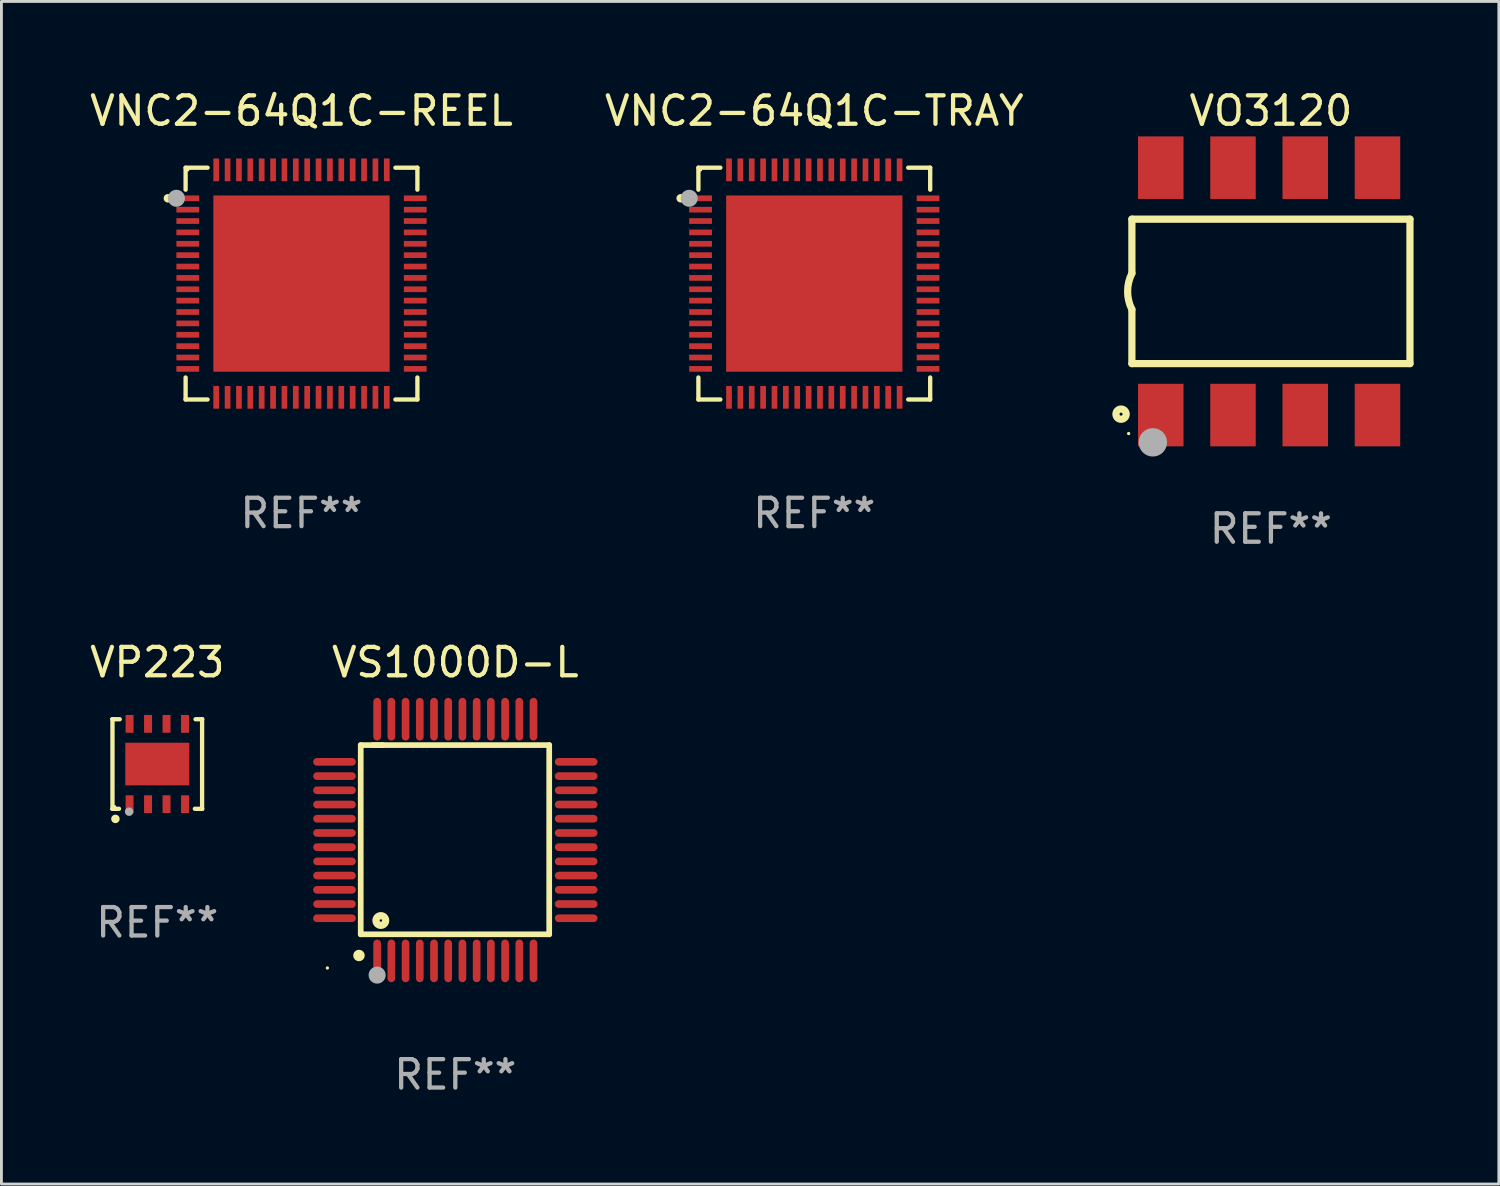
<source format=kicad_pcb>
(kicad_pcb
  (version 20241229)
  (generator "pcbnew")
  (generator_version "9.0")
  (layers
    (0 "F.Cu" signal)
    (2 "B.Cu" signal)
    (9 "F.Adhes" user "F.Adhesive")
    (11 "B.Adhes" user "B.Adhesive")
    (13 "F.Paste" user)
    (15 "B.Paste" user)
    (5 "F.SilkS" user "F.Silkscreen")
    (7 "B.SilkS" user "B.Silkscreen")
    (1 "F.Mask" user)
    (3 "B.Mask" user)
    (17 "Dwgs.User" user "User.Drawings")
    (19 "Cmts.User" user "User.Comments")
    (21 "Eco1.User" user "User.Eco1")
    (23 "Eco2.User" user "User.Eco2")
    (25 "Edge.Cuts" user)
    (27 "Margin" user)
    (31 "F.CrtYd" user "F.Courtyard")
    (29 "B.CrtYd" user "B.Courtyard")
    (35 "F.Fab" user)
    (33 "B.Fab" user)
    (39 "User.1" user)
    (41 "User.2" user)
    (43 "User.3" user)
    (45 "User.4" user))
  (footprint "VO3120"
    (layer "F.Cu")
    (at 41.649 7.198)
    (property "Reference" "VO3120" (at 0 -6.35 0) (layer "F.SilkS") (effects (font (size 1 1) (thickness 0.15))))
    (attr through_hole)
    (fp_line (start -4.89 -2.54) (end 4.89 -2.54) (stroke (width 0.254) (type solid)) (layer "F.SilkS"))
    (fp_line (start -4.89 -0.635) (end -4.89 -2.54) (stroke (width 0.254) (type solid)) (layer "F.SilkS"))
    (fp_line (start -4.89 2.54) (end -4.89 0.635) (stroke (width 0.254) (type solid)) (layer "F.SilkS"))
    (fp_line (start 4.89 -2.54) (end 4.89 2.54) (stroke (width 0.254) (type solid)) (layer "F.SilkS"))
    (fp_line (start 4.89 2.54) (end -4.89 2.54) (stroke (width 0.254) (type solid)) (layer "F.SilkS"))
    (fp_arc (start -4.890119 0.635129) (mid -5.039815 0.000056) (end -4.88951 -0.634874) (stroke (width 0.254001) (type solid)) (layer "F.SilkS"))
    (fp_circle (center -5.271 4.318) (end -5.091 4.318) (stroke (width 0.254) (type solid)) (fill no) (layer "F.SilkS"))
    (fp_circle (center -5.004 5) (end -4.974 5) (stroke (width 0.06) (type solid)) (fill no) (layer "F.SilkS"))
    (fp_circle (center -4.153 5.309) (end -3.903 5.309) (stroke (width 0.5) (type solid)) (fill no) (layer "F.Fab"))
    (fp_text user "REF**" (at 0 8.35 0) (layer "F.Fab") (effects (font (size 1 1) (thickness 0.15))))
    (pad "1" smd rect (at -3.874 4.35) (size 1.6 2.2) (layers "F.Cu" "F.Mask" "F.Paste"))
    (pad "2" smd rect (at -1.334 4.35) (size 1.6 2.2) (layers "F.Cu" "F.Mask" "F.Paste"))
    (pad "3" smd rect (at 1.207 4.35) (size 1.6 2.2) (layers "F.Cu" "F.Mask" "F.Paste"))
    (pad "4" smd rect (at 3.747 4.35) (size 1.6 2.2) (layers "F.Cu" "F.Mask" "F.Paste"))
    (pad "5" smd rect (at 3.747 -4.35) (size 1.6 2.2) (layers "F.Cu" "F.Mask" "F.Paste"))
    (pad "6" smd rect (at 1.207 -4.35) (size 1.6 2.2) (layers "F.Cu" "F.Mask" "F.Paste"))
    (pad "7" smd rect (at -1.334 -4.35) (size 1.6 2.2) (layers "F.Cu" "F.Mask" "F.Paste"))
    (pad "8" smd rect (at -3.874 -4.35) (size 1.6 2.2) (layers "F.Cu" "F.Mask" "F.Paste")))
  (footprint "VP223"
    (layer "F.Cu")
    (at 2.482 23.821)
    (property "Reference" "VP223" (at 0 -3.576 0) (layer "F.SilkS") (effects (font (size 1 1) (thickness 0.15))))
    (attr through_hole)
    (fp_line (start -1.576 -1.576) (end -1.576 -1.576) (stroke (width 0.152) (type solid)) (layer "F.SilkS"))
    (fp_line (start -1.576 -1.576) (end -1.576 1.576) (stroke (width 0.152) (type solid)) (layer "F.SilkS"))
    (fp_line (start -1.576 1.576) (end -1.576 1.576) (stroke (width 0.152) (type solid)) (layer "F.SilkS"))
    (fp_line (start -1.576 1.576) (end -1.346 1.575) (stroke (width 0.152) (type solid)) (layer "F.SilkS"))
    (fp_line (start -1.321 -1.575) (end -1.576 -1.576) (stroke (width 0.152) (type solid)) (layer "F.SilkS"))
    (fp_line (start 1.321 1.575) (end 1.576 1.576) (stroke (width 0.152) (type solid)) (layer "F.SilkS"))
    (fp_line (start 1.576 -1.576) (end 1.346 -1.575) (stroke (width 0.152) (type solid)) (layer "F.SilkS"))
    (fp_line (start 1.576 -1.576) (end 1.576 -1.576) (stroke (width 0.152) (type solid)) (layer "F.SilkS"))
    (fp_line (start 1.576 1.576) (end 1.576 -1.576) (stroke (width 0.152) (type solid)) (layer "F.SilkS"))
    (fp_line (start 1.576 1.576) (end 1.576 1.576) (stroke (width 0.152) (type solid)) (layer "F.SilkS"))
    (fp_circle (center -1.5 1.5) (end -1.47 1.5) (stroke (width 0.06) (type solid)) (fill no) (layer "F.SilkS"))
    (fp_circle (center -1.473 1.93) (end -1.398 1.93) (stroke (width 0.15) (type solid)) (fill no) (layer "F.SilkS"))
    (fp_circle (center -0.991 1.676) (end -0.916 1.676) (stroke (width 0.15) (type solid)) (fill no) (layer "F.Fab"))
    (fp_text user "REF**" (at 0 5.576 0) (layer "F.Fab") (effects (font (size 1 1) (thickness 0.15))))
    (pad "1" smd rect (at -0.975 1.412) (size 0.28 0.625) (layers "F.Cu" "F.Mask" "F.Paste"))
    (pad "2" smd rect (at -0.325 1.412) (size 0.28 0.625) (layers "F.Cu" "F.Mask" "F.Paste"))
    (pad "3" smd rect (at 0.325 1.412) (size 0.28 0.625) (layers "F.Cu" "F.Mask" "F.Paste"))
    (pad "4" smd rect (at 0.975 1.412) (size 0.28 0.625) (layers "F.Cu" "F.Mask" "F.Paste"))
    (pad "5" smd rect (at 0.975 -1.412) (size 0.28 0.625) (layers "F.Cu" "F.Mask" "F.Paste"))
    (pad "6" smd rect (at 0.325 -1.412) (size 0.28 0.625) (layers "F.Cu" "F.Mask" "F.Paste"))
    (pad "7" smd rect (at -0.325 -1.412) (size 0.28 0.625) (layers "F.Cu" "F.Mask" "F.Paste"))
    (pad "8" smd rect (at -0.975 -1.412) (size 0.28 0.625) (layers "F.Cu" "F.Mask" "F.Paste"))
    (pad "9" smd rect (at 0 0) (size 2.25 1.5) (layers "F.Cu" "F.Mask" "F.Paste")))
  (footprint "VS1000D-L"
    (layer "F.Cu")
    (at 12.964 26.495)
    (property "Reference" "VS1000D-L" (at 0 -6.25 0) (layer "F.SilkS") (effects (font (size 1 1) (thickness 0.15))))
    (attr through_hole)
    (fp_line (start -3.327 -3.34) (end -2.565 -3.34) (stroke (width 0.2) (type solid)) (layer "F.SilkS"))
    (fp_line (start -3.327 3.315) (end -3.327 -3.34) (stroke (width 0.2) (type solid)) (layer "F.SilkS"))
    (fp_line (start -2.896 -3.34) (end 3.302 -3.34) (stroke (width 0.2) (type solid)) (layer "F.SilkS"))
    (fp_line (start 3.302 -3.34) (end 3.302 3.315) (stroke (width 0.2) (type solid)) (layer "F.SilkS"))
    (fp_line (start 3.302 3.315) (end -3.327 3.315) (stroke (width 0.2) (type solid)) (layer "F.SilkS"))
    (fp_arc (start -3.389992 4.059995) (mid -3.388722 4.059991) (end -3.387452 4.059995) (stroke (width 0.4) (type solid)) (layer "F.SilkS"))
    (fp_circle (center -4.5 4.5) (end -4.47 4.5) (stroke (width 0.06) (type solid)) (fill no) (layer "F.SilkS"))
    (fp_circle (center -2.62 2.83) (end -2.45 2.83) (stroke (width 0.254) (type solid)) (fill no) (layer "F.SilkS"))
    (fp_circle (center -2.75 4.75) (end -2.6 4.75) (stroke (width 0.3) (type solid)) (fill no) (layer "F.Fab"))
    (fp_text user "REF**" (at 0 8.25 0) (layer "F.Fab") (effects (font (size 1 1) (thickness 0.15))))
    (pad "1" smd oval (at -2.75 4.25) (size 0.27 1.5) (layers "F.Cu" "F.Mask" "F.Paste"))
    (pad "2" smd oval (at -2.25 4.25) (size 0.27 1.5) (layers "F.Cu" "F.Mask" "F.Paste"))
    (pad "3" smd oval (at -1.75 4.25) (size 0.27 1.5) (layers "F.Cu" "F.Mask" "F.Paste"))
    (pad "4" smd oval (at -1.25 4.25) (size 0.27 1.5) (layers "F.Cu" "F.Mask" "F.Paste"))
    (pad "5" smd oval (at -0.75 4.25) (size 0.27 1.5) (layers "F.Cu" "F.Mask" "F.Paste"))
    (pad "6" smd oval (at -0.25 4.25) (size 0.27 1.5) (layers "F.Cu" "F.Mask" "F.Paste"))
    (pad "7" smd oval (at 0.25 4.25) (size 0.27 1.5) (layers "F.Cu" "F.Mask" "F.Paste"))
    (pad "8" smd oval (at 0.75 4.25) (size 0.27 1.5) (layers "F.Cu" "F.Mask" "F.Paste"))
    (pad "9" smd oval (at 1.25 4.25) (size 0.27 1.5) (layers "F.Cu" "F.Mask" "F.Paste"))
    (pad "10" smd oval (at 1.75 4.25) (size 0.27 1.5) (layers "F.Cu" "F.Mask" "F.Paste"))
    (pad "11" smd oval (at 2.25 4.25) (size 0.27 1.5) (layers "F.Cu" "F.Mask" "F.Paste"))
    (pad "12" smd oval (at 2.75 4.25) (size 0.27 1.5) (layers "F.Cu" "F.Mask" "F.Paste"))
    (pad "13" smd oval (at 4.25 2.75) (size 1.5 0.27) (layers "F.Cu" "F.Mask" "F.Paste"))
    (pad "14" smd oval (at 4.25 2.25) (size 1.5 0.27) (layers "F.Cu" "F.Mask" "F.Paste"))
    (pad "15" smd oval (at 4.25 1.75) (size 1.5 0.27) (layers "F.Cu" "F.Mask" "F.Paste"))
    (pad "16" smd oval (at 4.25 1.25) (size 1.5 0.27) (layers "F.Cu" "F.Mask" "F.Paste"))
    (pad "17" smd oval (at 4.25 0.75) (size 1.5 0.27) (layers "F.Cu" "F.Mask" "F.Paste"))
    (pad "18" smd oval (at 4.25 0.25) (size 1.5 0.27) (layers "F.Cu" "F.Mask" "F.Paste"))
    (pad "19" smd oval (at 4.25 -0.25) (size 1.5 0.27) (layers "F.Cu" "F.Mask" "F.Paste"))
    (pad "20" smd oval (at 4.25 -0.75) (size 1.5 0.27) (layers "F.Cu" "F.Mask" "F.Paste"))
    (pad "21" smd oval (at 4.25 -1.25) (size 1.5 0.27) (layers "F.Cu" "F.Mask" "F.Paste"))
    (pad "22" smd oval (at 4.25 -1.75) (size 1.5 0.27) (layers "F.Cu" "F.Mask" "F.Paste"))
    (pad "23" smd oval (at 4.25 -2.25) (size 1.5 0.27) (layers "F.Cu" "F.Mask" "F.Paste"))
    (pad "24" smd oval (at 4.25 -2.75) (size 1.5 0.27) (layers "F.Cu" "F.Mask" "F.Paste"))
    (pad "25" smd oval (at 2.75 -4.25) (size 0.27 1.5) (layers "F.Cu" "F.Mask" "F.Paste"))
    (pad "26" smd oval (at 2.25 -4.25) (size 0.27 1.5) (layers "F.Cu" "F.Mask" "F.Paste"))
    (pad "27" smd oval (at 1.75 -4.25) (size 0.27 1.5) (layers "F.Cu" "F.Mask" "F.Paste"))
    (pad "28" smd oval (at 1.25 -4.25) (size 0.27 1.5) (layers "F.Cu" "F.Mask" "F.Paste"))
    (pad "29" smd oval (at 0.75 -4.25) (size 0.27 1.5) (layers "F.Cu" "F.Mask" "F.Paste"))
    (pad "30" smd oval (at 0.25 -4.25) (size 0.27 1.5) (layers "F.Cu" "F.Mask" "F.Paste"))
    (pad "31" smd oval (at -0.25 -4.25) (size 0.27 1.5) (layers "F.Cu" "F.Mask" "F.Paste"))
    (pad "32" smd oval (at -0.75 -4.25) (size 0.27 1.5) (layers "F.Cu" "F.Mask" "F.Paste"))
    (pad "33" smd oval (at -1.25 -4.25) (size 0.27 1.5) (layers "F.Cu" "F.Mask" "F.Paste"))
    (pad "34" smd oval (at -1.75 -4.25) (size 0.27 1.5) (layers "F.Cu" "F.Mask" "F.Paste"))
    (pad "35" smd oval (at -2.25 -4.25) (size 0.27 1.5) (layers "F.Cu" "F.Mask" "F.Paste"))
    (pad "36" smd oval (at -2.75 -4.25) (size 0.27 1.5) (layers "F.Cu" "F.Mask" "F.Paste"))
    (pad "37" smd oval (at -4.25 -2.75) (size 1.5 0.27) (layers "F.Cu" "F.Mask" "F.Paste"))
    (pad "38" smd oval (at -4.25 -2.25) (size 1.5 0.27) (layers "F.Cu" "F.Mask" "F.Paste"))
    (pad "39" smd oval (at -4.25 -1.75) (size 1.5 0.27) (layers "F.Cu" "F.Mask" "F.Paste"))
    (pad "40" smd oval (at -4.25 -1.25) (size 1.5 0.27) (layers "F.Cu" "F.Mask" "F.Paste"))
    (pad "41" smd oval (at -4.25 -0.75) (size 1.5 0.27) (layers "F.Cu" "F.Mask" "F.Paste"))
    (pad "42" smd oval (at -4.25 -0.25) (size 1.5 0.27) (layers "F.Cu" "F.Mask" "F.Paste"))
    (pad "43" smd oval (at -4.25 0.25) (size 1.5 0.27) (layers "F.Cu" "F.Mask" "F.Paste"))
    (pad "44" smd oval (at -4.25 0.75) (size 1.5 0.27) (layers "F.Cu" "F.Mask" "F.Paste"))
    (pad "45" smd oval (at -4.25 1.25) (size 1.5 0.27) (layers "F.Cu" "F.Mask" "F.Paste"))
    (pad "46" smd oval (at -4.25 1.75) (size 1.5 0.27) (layers "F.Cu" "F.Mask" "F.Paste"))
    (pad "47" smd oval (at -4.25 2.25) (size 1.5 0.27) (layers "F.Cu" "F.Mask" "F.Paste"))
    (pad "48" smd oval (at -4.25 2.75) (size 1.5 0.27) (layers "F.Cu" "F.Mask" "F.Paste")))
  (footprint "VNC2-64Q1C-REEL"
    (layer "F.Cu")
    (at 7.554 6.924)
    (property "Reference" "VNC2-64Q1C-REEL" (at 0 -6.076 0) (layer "F.SilkS") (effects (font (size 1 1) (thickness 0.15))))
    (attr through_hole)
    (fp_line (start -4.076 -4.076) (end -3.303 -4.076) (stroke (width 0.152) (type solid)) (layer "F.SilkS"))
    (fp_line (start -4.076 -3.303) (end -4.076 -4.076) (stroke (width 0.152) (type solid)) (layer "F.SilkS"))
    (fp_line (start -4.076 3.303) (end -4.076 4.076) (stroke (width 0.152) (type solid)) (layer "F.SilkS"))
    (fp_line (start -4.076 4.076) (end -3.303 4.076) (stroke (width 0.152) (type solid)) (layer "F.SilkS"))
    (fp_line (start 4.076 -4.076) (end 3.303 -4.076) (stroke (width 0.152) (type solid)) (layer "F.SilkS"))
    (fp_line (start 4.076 -3.303) (end 4.076 -4.076) (stroke (width 0.152) (type solid)) (layer "F.SilkS"))
    (fp_line (start 4.076 3.303) (end 4.076 4.076) (stroke (width 0.152) (type solid)) (layer "F.SilkS"))
    (fp_line (start 4.076 4.076) (end 3.303 4.076) (stroke (width 0.152) (type solid)) (layer "F.SilkS"))
    (fp_circle (center -4.7 -3) (end -4.625 -3) (stroke (width 0.15) (type solid)) (fill no) (layer "F.SilkS"))
    (fp_circle (center -4 -4) (end -3.97 -4) (stroke (width 0.06) (type solid)) (fill no) (layer "F.SilkS"))
    (fp_circle (center -4.4 -3) (end -4.25 -3) (stroke (width 0.3) (type solid)) (fill no) (layer "F.Fab"))
    (fp_text user "REF**" (at 0 8.076 0) (layer "F.Fab") (effects (font (size 1 1) (thickness 0.15))))
    (pad "1" smd rect (at -4 -3) (size 0.8 0.2) (layers "F.Cu" "F.Mask" "F.Paste"))
    (pad "2" smd rect (at -4 -2.6) (size 0.8 0.2) (layers "F.Cu" "F.Mask" "F.Paste"))
    (pad "3" smd rect (at -4 -2.2) (size 0.8 0.2) (layers "F.Cu" "F.Mask" "F.Paste"))
    (pad "4" smd rect (at -4 -1.8) (size 0.8 0.2) (layers "F.Cu" "F.Mask" "F.Paste"))
    (pad "5" smd rect (at -4 -1.4) (size 0.8 0.2) (layers "F.Cu" "F.Mask" "F.Paste"))
    (pad "6" smd rect (at -4 -1) (size 0.8 0.2) (layers "F.Cu" "F.Mask" "F.Paste"))
    (pad "7" smd rect (at -4 -0.6) (size 0.8 0.2) (layers "F.Cu" "F.Mask" "F.Paste"))
    (pad "8" smd rect (at -4 -0.2) (size 0.8 0.2) (layers "F.Cu" "F.Mask" "F.Paste"))
    (pad "9" smd rect (at -4 0.2) (size 0.8 0.2) (layers "F.Cu" "F.Mask" "F.Paste"))
    (pad "10" smd rect (at -4 0.6) (size 0.8 0.2) (layers "F.Cu" "F.Mask" "F.Paste"))
    (pad "11" smd rect (at -4 1) (size 0.8 0.2) (layers "F.Cu" "F.Mask" "F.Paste"))
    (pad "12" smd rect (at -4 1.4) (size 0.8 0.2) (layers "F.Cu" "F.Mask" "F.Paste"))
    (pad "13" smd rect (at -4 1.8) (size 0.8 0.2) (layers "F.Cu" "F.Mask" "F.Paste"))
    (pad "14" smd rect (at -4 2.2) (size 0.8 0.2) (layers "F.Cu" "F.Mask" "F.Paste"))
    (pad "15" smd rect (at -4 2.6) (size 0.8 0.2) (layers "F.Cu" "F.Mask" "F.Paste"))
    (pad "16" smd rect (at -4 3) (size 0.8 0.2) (layers "F.Cu" "F.Mask" "F.Paste"))
    (pad "17" smd rect (at -3 4) (size 0.2 0.8) (layers "F.Cu" "F.Mask" "F.Paste"))
    (pad "18" smd rect (at -2.6 4) (size 0.2 0.8) (layers "F.Cu" "F.Mask" "F.Paste"))
    (pad "19" smd rect (at -2.2 4) (size 0.2 0.8) (layers "F.Cu" "F.Mask" "F.Paste"))
    (pad "20" smd rect (at -1.8 4) (size 0.2 0.8) (layers "F.Cu" "F.Mask" "F.Paste"))
    (pad "21" smd rect (at -1.4 4) (size 0.2 0.8) (layers "F.Cu" "F.Mask" "F.Paste"))
    (pad "22" smd rect (at -1 4) (size 0.2 0.8) (layers "F.Cu" "F.Mask" "F.Paste"))
    (pad "23" smd rect (at -0.6 4) (size 0.2 0.8) (layers "F.Cu" "F.Mask" "F.Paste"))
    (pad "24" smd rect (at -0.2 4) (size 0.2 0.8) (layers "F.Cu" "F.Mask" "F.Paste"))
    (pad "25" smd rect (at 0.2 4) (size 0.2 0.8) (layers "F.Cu" "F.Mask" "F.Paste"))
    (pad "26" smd rect (at 0.6 4) (size 0.2 0.8) (layers "F.Cu" "F.Mask" "F.Paste"))
    (pad "27" smd rect (at 1 4) (size 0.2 0.8) (layers "F.Cu" "F.Mask" "F.Paste"))
    (pad "28" smd rect (at 1.4 4) (size 0.2 0.8) (layers "F.Cu" "F.Mask" "F.Paste"))
    (pad "29" smd rect (at 1.8 4) (size 0.2 0.8) (layers "F.Cu" "F.Mask" "F.Paste"))
    (pad "30" smd rect (at 2.2 4) (size 0.2 0.8) (layers "F.Cu" "F.Mask" "F.Paste"))
    (pad "31" smd rect (at 2.6 4) (size 0.2 0.8) (layers "F.Cu" "F.Mask" "F.Paste"))
    (pad "32" smd rect (at 3 4) (size 0.2 0.8) (layers "F.Cu" "F.Mask" "F.Paste"))
    (pad "33" smd rect (at 4 3) (size 0.8 0.2) (layers "F.Cu" "F.Mask" "F.Paste"))
    (pad "34" smd rect (at 4 2.6) (size 0.8 0.2) (layers "F.Cu" "F.Mask" "F.Paste"))
    (pad "35" smd rect (at 4 2.2) (size 0.8 0.2) (layers "F.Cu" "F.Mask" "F.Paste"))
    (pad "36" smd rect (at 4 1.8) (size 0.8 0.2) (layers "F.Cu" "F.Mask" "F.Paste"))
    (pad "37" smd rect (at 4 1.4) (size 0.8 0.2) (layers "F.Cu" "F.Mask" "F.Paste"))
    (pad "38" smd rect (at 4 1) (size 0.8 0.2) (layers "F.Cu" "F.Mask" "F.Paste"))
    (pad "39" smd rect (at 4 0.6) (size 0.8 0.2) (layers "F.Cu" "F.Mask" "F.Paste"))
    (pad "40" smd rect (at 4 0.2) (size 0.8 0.2) (layers "F.Cu" "F.Mask" "F.Paste"))
    (pad "41" smd rect (at 4 -0.2) (size 0.8 0.2) (layers "F.Cu" "F.Mask" "F.Paste"))
    (pad "42" smd rect (at 4 -0.6) (size 0.8 0.2) (layers "F.Cu" "F.Mask" "F.Paste"))
    (pad "43" smd rect (at 4 -1) (size 0.8 0.2) (layers "F.Cu" "F.Mask" "F.Paste"))
    (pad "44" smd rect (at 4 -1.4) (size 0.8 0.2) (layers "F.Cu" "F.Mask" "F.Paste"))
    (pad "45" smd rect (at 4 -1.8) (size 0.8 0.2) (layers "F.Cu" "F.Mask" "F.Paste"))
    (pad "46" smd rect (at 4 -2.2) (size 0.8 0.2) (layers "F.Cu" "F.Mask" "F.Paste"))
    (pad "47" smd rect (at 4 -2.6) (size 0.8 0.2) (layers "F.Cu" "F.Mask" "F.Paste"))
    (pad "48" smd rect (at 4 -3) (size 0.8 0.2) (layers "F.Cu" "F.Mask" "F.Paste"))
    (pad "49" smd rect (at 3 -4) (size 0.2 0.8) (layers "F.Cu" "F.Mask" "F.Paste"))
    (pad "50" smd rect (at 2.6 -4) (size 0.2 0.8) (layers "F.Cu" "F.Mask" "F.Paste"))
    (pad "51" smd rect (at 2.2 -4) (size 0.2 0.8) (layers "F.Cu" "F.Mask" "F.Paste"))
    (pad "52" smd rect (at 1.8 -4) (size 0.2 0.8) (layers "F.Cu" "F.Mask" "F.Paste"))
    (pad "53" smd rect (at 1.4 -4) (size 0.2 0.8) (layers "F.Cu" "F.Mask" "F.Paste"))
    (pad "54" smd rect (at 1 -4) (size 0.2 0.8) (layers "F.Cu" "F.Mask" "F.Paste"))
    (pad "55" smd rect (at 0.6 -4) (size 0.2 0.8) (layers "F.Cu" "F.Mask" "F.Paste"))
    (pad "56" smd rect (at 0.2 -4) (size 0.2 0.8) (layers "F.Cu" "F.Mask" "F.Paste"))
    (pad "57" smd rect (at -0.2 -4) (size 0.2 0.8) (layers "F.Cu" "F.Mask" "F.Paste"))
    (pad "58" smd rect (at -0.6 -4) (size 0.2 0.8) (layers "F.Cu" "F.Mask" "F.Paste"))
    (pad "59" smd rect (at -1 -4) (size 0.2 0.8) (layers "F.Cu" "F.Mask" "F.Paste"))
    (pad "60" smd rect (at -1.4 -4) (size 0.2 0.8) (layers "F.Cu" "F.Mask" "F.Paste"))
    (pad "61" smd rect (at -1.8 -4) (size 0.2 0.8) (layers "F.Cu" "F.Mask" "F.Paste"))
    (pad "62" smd rect (at -2.2 -4) (size 0.2 0.8) (layers "F.Cu" "F.Mask" "F.Paste"))
    (pad "63" smd rect (at -2.6 -4) (size 0.2 0.8) (layers "F.Cu" "F.Mask" "F.Paste"))
    (pad "64" smd rect (at -3 -4) (size 0.2 0.8) (layers "F.Cu" "F.Mask" "F.Paste"))
    (pad "65" smd rect (at 0 0) (size 6.2 6.2) (layers "F.Cu" "F.Mask" "F.Paste")))
  (footprint "VNC2-64Q1C-TRAY"
    (layer "F.Cu")
    (at 25.589 6.924)
    (property "Reference" "VNC2-64Q1C-TRAY" (at 0 -6.076 0) (layer "F.SilkS") (effects (font (size 1 1) (thickness 0.15))))
    (attr through_hole)
    (fp_line (start -4.076 -4.076) (end -3.303 -4.076) (stroke (width 0.152) (type solid)) (layer "F.SilkS"))
    (fp_line (start -4.076 -3.303) (end -4.076 -4.076) (stroke (width 0.152) (type solid)) (layer "F.SilkS"))
    (fp_line (start -4.076 3.303) (end -4.076 4.076) (stroke (width 0.152) (type solid)) (layer "F.SilkS"))
    (fp_line (start -4.076 4.076) (end -3.303 4.076) (stroke (width 0.152) (type solid)) (layer "F.SilkS"))
    (fp_line (start 4.076 -4.076) (end 3.303 -4.076) (stroke (width 0.152) (type solid)) (layer "F.SilkS"))
    (fp_line (start 4.076 -3.303) (end 4.076 -4.076) (stroke (width 0.152) (type solid)) (layer "F.SilkS"))
    (fp_line (start 4.076 3.303) (end 4.076 4.076) (stroke (width 0.152) (type solid)) (layer "F.SilkS"))
    (fp_line (start 4.076 4.076) (end 3.303 4.076) (stroke (width 0.152) (type solid)) (layer "F.SilkS"))
    (fp_circle (center -4.7 -3) (end -4.625 -3) (stroke (width 0.15) (type solid)) (fill no) (layer "F.SilkS"))
    (fp_circle (center -4 -4) (end -3.97 -4) (stroke (width 0.06) (type solid)) (fill no) (layer "F.SilkS"))
    (fp_circle (center -4.4 -3) (end -4.25 -3) (stroke (width 0.3) (type solid)) (fill no) (layer "F.Fab"))
    (fp_text user "REF**" (at 0 8.076 0) (layer "F.Fab") (effects (font (size 1 1) (thickness 0.15))))
    (pad "1" smd rect (at -4 -3) (size 0.8 0.2) (layers "F.Cu" "F.Mask" "F.Paste"))
    (pad "2" smd rect (at -4 -2.6) (size 0.8 0.2) (layers "F.Cu" "F.Mask" "F.Paste"))
    (pad "3" smd rect (at -4 -2.2) (size 0.8 0.2) (layers "F.Cu" "F.Mask" "F.Paste"))
    (pad "4" smd rect (at -4 -1.8) (size 0.8 0.2) (layers "F.Cu" "F.Mask" "F.Paste"))
    (pad "5" smd rect (at -4 -1.4) (size 0.8 0.2) (layers "F.Cu" "F.Mask" "F.Paste"))
    (pad "6" smd rect (at -4 -1) (size 0.8 0.2) (layers "F.Cu" "F.Mask" "F.Paste"))
    (pad "7" smd rect (at -4 -0.6) (size 0.8 0.2) (layers "F.Cu" "F.Mask" "F.Paste"))
    (pad "8" smd rect (at -4 -0.2) (size 0.8 0.2) (layers "F.Cu" "F.Mask" "F.Paste"))
    (pad "9" smd rect (at -4 0.2) (size 0.8 0.2) (layers "F.Cu" "F.Mask" "F.Paste"))
    (pad "10" smd rect (at -4 0.6) (size 0.8 0.2) (layers "F.Cu" "F.Mask" "F.Paste"))
    (pad "11" smd rect (at -4 1) (size 0.8 0.2) (layers "F.Cu" "F.Mask" "F.Paste"))
    (pad "12" smd rect (at -4 1.4) (size 0.8 0.2) (layers "F.Cu" "F.Mask" "F.Paste"))
    (pad "13" smd rect (at -4 1.8) (size 0.8 0.2) (layers "F.Cu" "F.Mask" "F.Paste"))
    (pad "14" smd rect (at -4 2.2) (size 0.8 0.2) (layers "F.Cu" "F.Mask" "F.Paste"))
    (pad "15" smd rect (at -4 2.6) (size 0.8 0.2) (layers "F.Cu" "F.Mask" "F.Paste"))
    (pad "16" smd rect (at -4 3) (size 0.8 0.2) (layers "F.Cu" "F.Mask" "F.Paste"))
    (pad "17" smd rect (at -3 4) (size 0.2 0.8) (layers "F.Cu" "F.Mask" "F.Paste"))
    (pad "18" smd rect (at -2.6 4) (size 0.2 0.8) (layers "F.Cu" "F.Mask" "F.Paste"))
    (pad "19" smd rect (at -2.2 4) (size 0.2 0.8) (layers "F.Cu" "F.Mask" "F.Paste"))
    (pad "20" smd rect (at -1.8 4) (size 0.2 0.8) (layers "F.Cu" "F.Mask" "F.Paste"))
    (pad "21" smd rect (at -1.4 4) (size 0.2 0.8) (layers "F.Cu" "F.Mask" "F.Paste"))
    (pad "22" smd rect (at -1 4) (size 0.2 0.8) (layers "F.Cu" "F.Mask" "F.Paste"))
    (pad "23" smd rect (at -0.6 4) (size 0.2 0.8) (layers "F.Cu" "F.Mask" "F.Paste"))
    (pad "24" smd rect (at -0.2 4) (size 0.2 0.8) (layers "F.Cu" "F.Mask" "F.Paste"))
    (pad "25" smd rect (at 0.2 4) (size 0.2 0.8) (layers "F.Cu" "F.Mask" "F.Paste"))
    (pad "26" smd rect (at 0.6 4) (size 0.2 0.8) (layers "F.Cu" "F.Mask" "F.Paste"))
    (pad "27" smd rect (at 1 4) (size 0.2 0.8) (layers "F.Cu" "F.Mask" "F.Paste"))
    (pad "28" smd rect (at 1.4 4) (size 0.2 0.8) (layers "F.Cu" "F.Mask" "F.Paste"))
    (pad "29" smd rect (at 1.8 4) (size 0.2 0.8) (layers "F.Cu" "F.Mask" "F.Paste"))
    (pad "30" smd rect (at 2.2 4) (size 0.2 0.8) (layers "F.Cu" "F.Mask" "F.Paste"))
    (pad "31" smd rect (at 2.6 4) (size 0.2 0.8) (layers "F.Cu" "F.Mask" "F.Paste"))
    (pad "32" smd rect (at 3 4) (size 0.2 0.8) (layers "F.Cu" "F.Mask" "F.Paste"))
    (pad "33" smd rect (at 4 3) (size 0.8 0.2) (layers "F.Cu" "F.Mask" "F.Paste"))
    (pad "34" smd rect (at 4 2.6) (size 0.8 0.2) (layers "F.Cu" "F.Mask" "F.Paste"))
    (pad "35" smd rect (at 4 2.2) (size 0.8 0.2) (layers "F.Cu" "F.Mask" "F.Paste"))
    (pad "36" smd rect (at 4 1.8) (size 0.8 0.2) (layers "F.Cu" "F.Mask" "F.Paste"))
    (pad "37" smd rect (at 4 1.4) (size 0.8 0.2) (layers "F.Cu" "F.Mask" "F.Paste"))
    (pad "38" smd rect (at 4 1) (size 0.8 0.2) (layers "F.Cu" "F.Mask" "F.Paste"))
    (pad "39" smd rect (at 4 0.6) (size 0.8 0.2) (layers "F.Cu" "F.Mask" "F.Paste"))
    (pad "40" smd rect (at 4 0.2) (size 0.8 0.2) (layers "F.Cu" "F.Mask" "F.Paste"))
    (pad "41" smd rect (at 4 -0.2) (size 0.8 0.2) (layers "F.Cu" "F.Mask" "F.Paste"))
    (pad "42" smd rect (at 4 -0.6) (size 0.8 0.2) (layers "F.Cu" "F.Mask" "F.Paste"))
    (pad "43" smd rect (at 4 -1) (size 0.8 0.2) (layers "F.Cu" "F.Mask" "F.Paste"))
    (pad "44" smd rect (at 4 -1.4) (size 0.8 0.2) (layers "F.Cu" "F.Mask" "F.Paste"))
    (pad "45" smd rect (at 4 -1.8) (size 0.8 0.2) (layers "F.Cu" "F.Mask" "F.Paste"))
    (pad "46" smd rect (at 4 -2.2) (size 0.8 0.2) (layers "F.Cu" "F.Mask" "F.Paste"))
    (pad "47" smd rect (at 4 -2.6) (size 0.8 0.2) (layers "F.Cu" "F.Mask" "F.Paste"))
    (pad "48" smd rect (at 4 -3) (size 0.8 0.2) (layers "F.Cu" "F.Mask" "F.Paste"))
    (pad "49" smd rect (at 3 -4) (size 0.2 0.8) (layers "F.Cu" "F.Mask" "F.Paste"))
    (pad "50" smd rect (at 2.6 -4) (size 0.2 0.8) (layers "F.Cu" "F.Mask" "F.Paste"))
    (pad "51" smd rect (at 2.2 -4) (size 0.2 0.8) (layers "F.Cu" "F.Mask" "F.Paste"))
    (pad "52" smd rect (at 1.8 -4) (size 0.2 0.8) (layers "F.Cu" "F.Mask" "F.Paste"))
    (pad "53" smd rect (at 1.4 -4) (size 0.2 0.8) (layers "F.Cu" "F.Mask" "F.Paste"))
    (pad "54" smd rect (at 1 -4) (size 0.2 0.8) (layers "F.Cu" "F.Mask" "F.Paste"))
    (pad "55" smd rect (at 0.6 -4) (size 0.2 0.8) (layers "F.Cu" "F.Mask" "F.Paste"))
    (pad "56" smd rect (at 0.2 -4) (size 0.2 0.8) (layers "F.Cu" "F.Mask" "F.Paste"))
    (pad "57" smd rect (at -0.2 -4) (size 0.2 0.8) (layers "F.Cu" "F.Mask" "F.Paste"))
    (pad "58" smd rect (at -0.6 -4) (size 0.2 0.8) (layers "F.Cu" "F.Mask" "F.Paste"))
    (pad "59" smd rect (at -1 -4) (size 0.2 0.8) (layers "F.Cu" "F.Mask" "F.Paste"))
    (pad "60" smd rect (at -1.4 -4) (size 0.2 0.8) (layers "F.Cu" "F.Mask" "F.Paste"))
    (pad "61" smd rect (at -1.8 -4) (size 0.2 0.8) (layers "F.Cu" "F.Mask" "F.Paste"))
    (pad "62" smd rect (at -2.2 -4) (size 0.2 0.8) (layers "F.Cu" "F.Mask" "F.Paste"))
    (pad "63" smd rect (at -2.6 -4) (size 0.2 0.8) (layers "F.Cu" "F.Mask" "F.Paste"))
    (pad "64" smd rect (at -3 -4) (size 0.2 0.8) (layers "F.Cu" "F.Mask" "F.Paste"))
    (pad "65" smd rect (at 0 0) (size 6.2 6.2) (layers "F.Cu" "F.Mask" "F.Paste")))
  (gr_rect
    (start -3 -3)
    (end 49.665 38.593)
    (stroke (width 0.1) (type default))
    (fill no)
    (layer "Edge.Cuts")))
</source>
